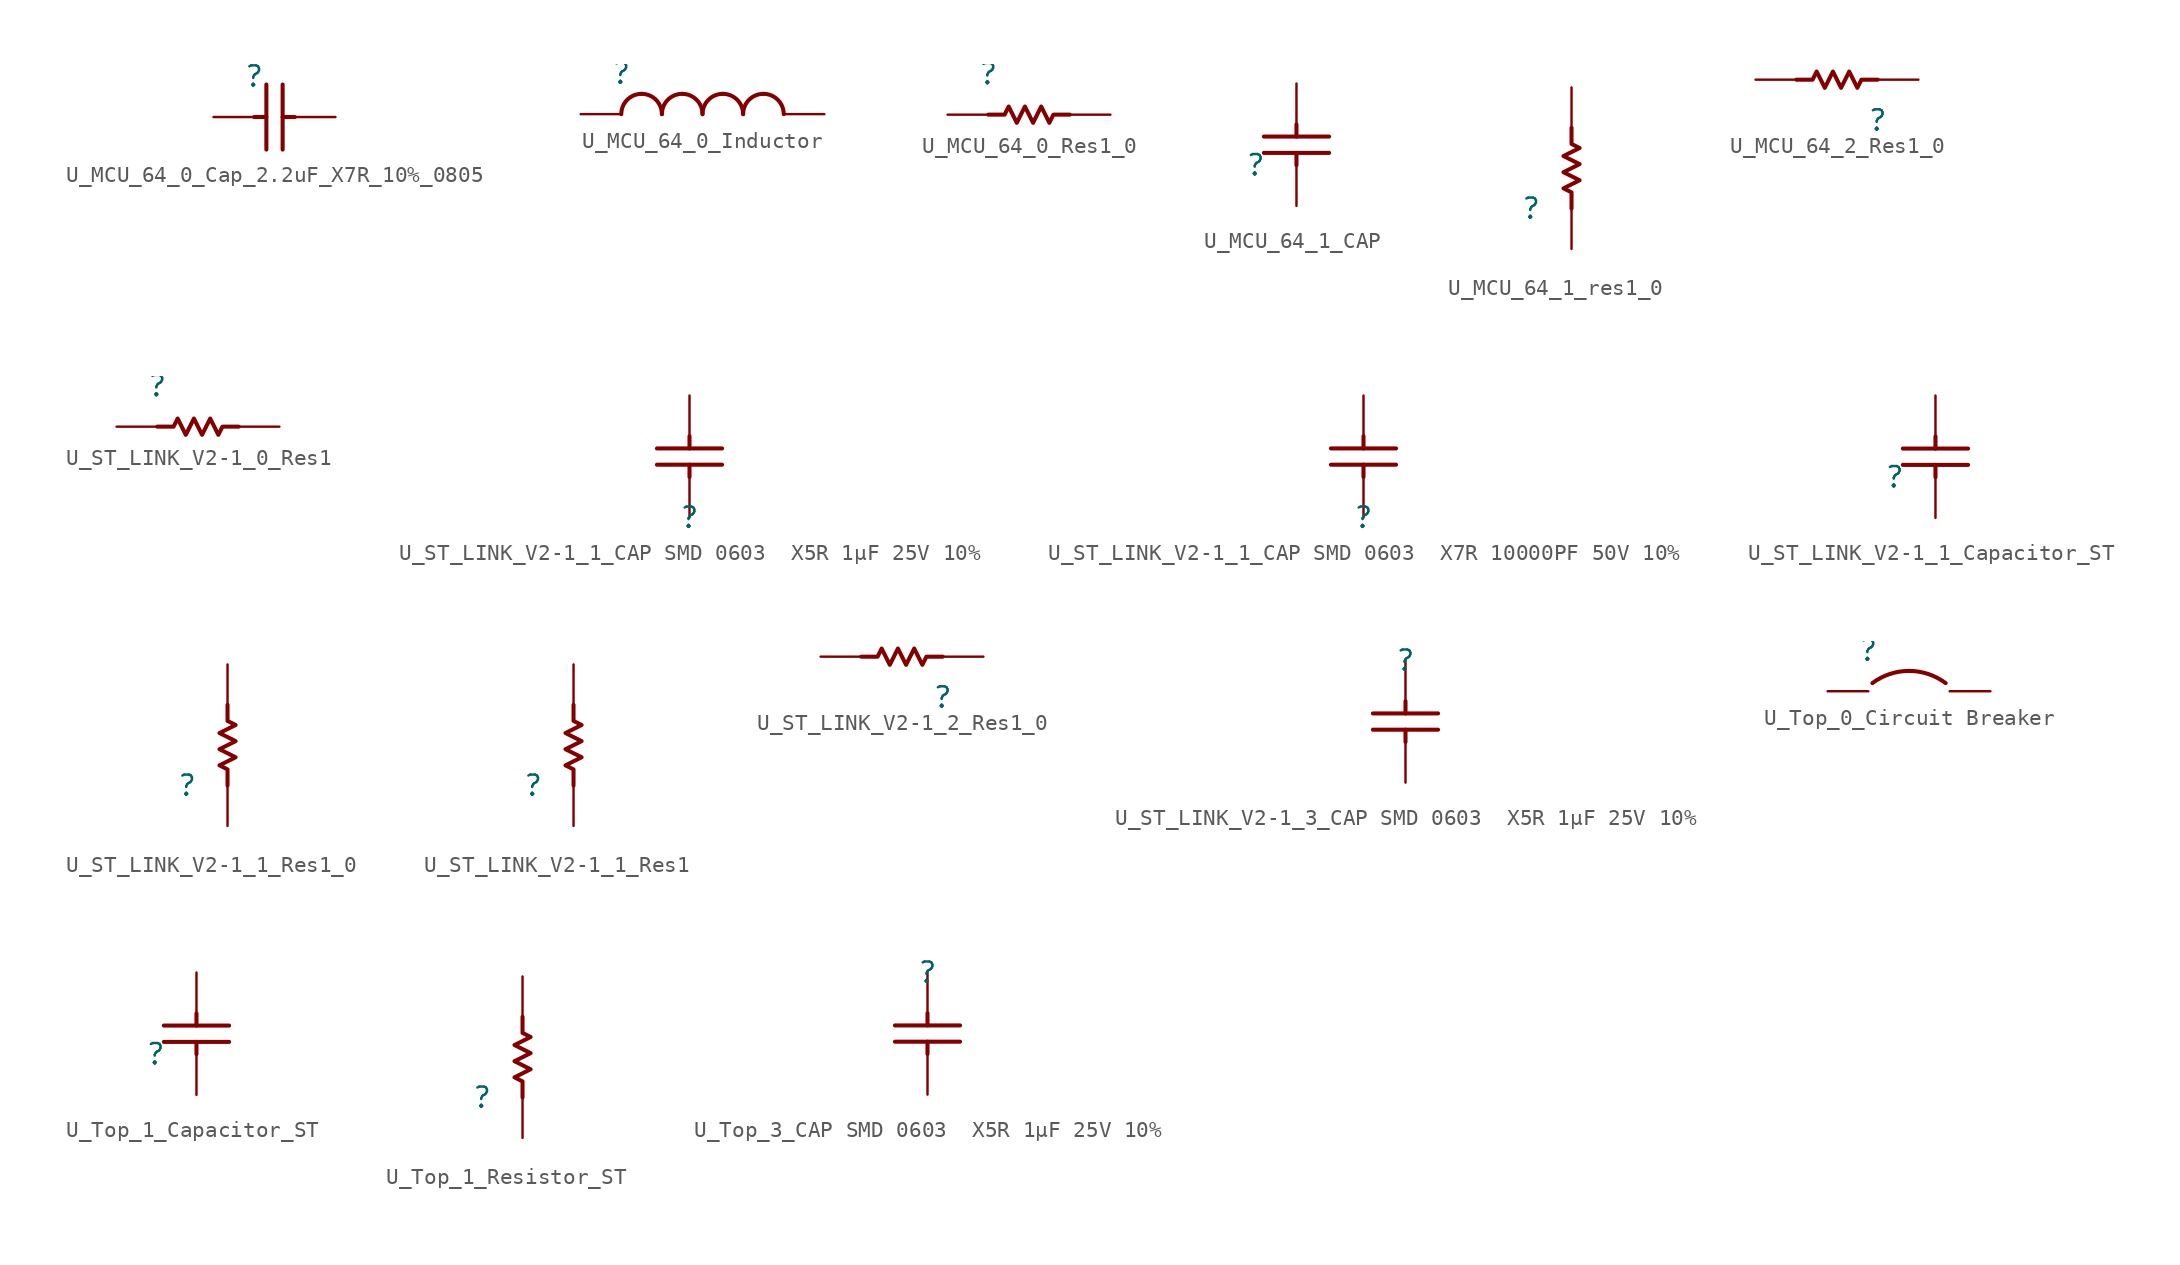
<source format=kicad_sym>
(kicad_symbol_lib
  (version 20231120)
  (generator "kicad_symbol_editor")
  (generator_version "8.0")
  (symbol "U_MCU_64_0_Cap_2.2uF_X7R_10%_0805"
    (property "Reference" ""
      (at 0 0 0)
      (effects (font (size 1.27 1.27))))
    (property "Value" ""
      (at 0 0 0)
      (effects (font (size 1.27 1.27))))
    (symbol "U_MCU_64_0_Cap_2.2uF_X7R_10%_0805_1_0"
      (polyline (pts (xy 0 -2.54) (xy 0.762 -2.54)) (stroke (width 0.254) (type solid)) (fill (type none)))
      (polyline (pts (xy 0.762 -4.572) (xy 0.762 -0.508)) (stroke (width 0.254) (type solid)) (fill (type none)))
      (polyline (pts (xy 1.778 -0.508) (xy 1.778 -4.572)) (stroke (width 0.254) (type solid)) (fill (type none)))
      (polyline (pts (xy 2.54 -2.54) (xy 1.778 -2.54)) (stroke (width 0.254) (type solid)) (fill (type none)))
      (pin passive line (at -2.54 -2.54 0) (length 2.54) (name "1" (effects (font (size 0 0)))) (number "1" (effects (font (size 0 0)))))
      (pin passive line (at 5.08 -2.54 180) (length 2.54) (name "2" (effects (font (size 0 0)))) (number "2" (effects (font (size 0 0)))))))
  (symbol "U_MCU_64_0_Inductor"
    (property "Reference" ""
      (at 0 0 0)
      (effects (font (size 1.27 1.27))))
    (property "Value" ""
      (at 0 0 0)
      (effects (font (size 1.27 1.27))))
    (symbol "U_MCU_64_0_Inductor_1_0"
      (arc (start 1.27 -1.27) (mid 0.372 -1.642) (end 0 -2.54) (stroke (width 0.254) (type solid)) (fill (type none)))
      (arc (start 2.54 -2.54) (mid 2.168 -1.642) (end 1.27 -1.27) (stroke (width 0.254) (type solid)) (fill (type none)))
      (arc (start 3.81 -1.27) (mid 2.912 -1.642) (end 2.54 -2.54) (stroke (width 0.254) (type solid)) (fill (type none)))
      (arc (start 5.08 -2.54) (mid 4.708 -1.642) (end 3.81 -1.27) (stroke (width 0.254) (type solid)) (fill (type none)))
      (arc (start 6.35 -1.27) (mid 5.452 -1.642) (end 5.08 -2.54) (stroke (width 0.254) (type solid)) (fill (type none)))
      (arc (start 7.62 -2.54) (mid 7.248 -1.642) (end 6.35 -1.27) (stroke (width 0.254) (type solid)) (fill (type none)))
      (arc (start 8.89 -1.27) (mid 7.992 -1.642) (end 7.62 -2.54) (stroke (width 0.254) (type solid)) (fill (type none)))
      (arc (start 10.16 -2.54) (mid 9.788 -1.642) (end 8.89 -1.27) (stroke (width 0.254) (type solid)) (fill (type none)))
      (pin passive line (at -2.54 -2.54 0) (length 2.54) (name "1" (effects (font (size 0 0)))) (number "1" (effects (font (size 0 0)))))
      (pin passive line (at 12.7 -2.54 180) (length 2.54) (name "2" (effects (font (size 0 0)))) (number "2" (effects (font (size 0 0)))))))
  (symbol "U_MCU_64_0_Res1_0"
    (property "Reference" ""
      (at 0 0 0)
      (effects (font (size 1.27 1.27))))
    (property "Value" ""
      (at 0 0 0)
      (effects (font (size 1.27 1.27))))
    (symbol "U_MCU_64_0_Res1_0_1_0"
      (polyline (pts (xy 5.08 -2.54) (xy 4.064 -2.54) (xy 3.81 -3.048) (xy 3.302 -2.032) (xy 2.794 -3.048) (xy 2.286 -2.032) (xy 1.778 -3.048) (xy 1.27 -2.032) (xy 1.016 -2.54) (xy 0 -2.54)) (stroke (width 0.254) (type solid)) (fill (type none)))
      (pin passive line (at -2.54 -2.54 0) (length 2.54) (name "1" (effects (font (size 0 0)))) (number "1" (effects (font (size 0 0)))))
      (pin passive line (at 7.62 -2.54 180) (length 2.54) (name "2" (effects (font (size 0 0)))) (number "2" (effects (font (size 0 0)))))))
  (symbol "U_MCU_64_1_CAP"
    (property "Reference" ""
      (at 0 0 0)
      (effects (font (size 1.27 1.27))))
    (property "Value" ""
      (at 0 0 0)
      (effects (font (size 1.27 1.27))))
    (symbol "U_MCU_64_1_CAP_1_0"
      (polyline (pts (xy 0.508 1.778) (xy 4.572 1.778)) (stroke (width 0.254) (type solid)) (fill (type none)))
      (polyline (pts (xy 2.54 0) (xy 2.54 0.762)) (stroke (width 0.254) (type solid)) (fill (type none)))
      (polyline (pts (xy 2.54 2.54) (xy 2.54 1.778)) (stroke (width 0.254) (type solid)) (fill (type none)))
      (polyline (pts (xy 4.572 0.762) (xy 0.508 0.762)) (stroke (width 0.254) (type solid)) (fill (type none)))
      (pin passive line (at 2.54 -2.54 90) (length 2.54) (name "1" (effects (font (size 0 0)))) (number "1" (effects (font (size 0 0)))))
      (pin passive line (at 2.54 5.08 270) (length 2.54) (name "2" (effects (font (size 0 0)))) (number "2" (effects (font (size 0 0)))))))
  (symbol "U_MCU_64_1_res1_0"
    (property "Reference" ""
      (at 0 0 0)
      (effects (font (size 1.27 1.27))))
    (property "Value" ""
      (at 0 0 0)
      (effects (font (size 1.27 1.27))))
    (symbol "U_MCU_64_1_res1_0_1_0"
      (polyline (pts (xy 2.54 5.08) (xy 2.54 4.064) (xy 3.048 3.81) (xy 2.032 3.302) (xy 3.048 2.794) (xy 2.032 2.286) (xy 3.048 1.778) (xy 2.032 1.27) (xy 2.54 1.016) (xy 2.54 0)) (stroke (width 0.254) (type solid)) (fill (type none)))
      (pin passive line (at 2.54 -2.54 90) (length 2.54) (name "1" (effects (font (size 0 0)))) (number "1" (effects (font (size 0 0)))))
      (pin passive line (at 2.54 7.62 270) (length 2.54) (name "2" (effects (font (size 0 0)))) (number "2" (effects (font (size 0 0)))))))
  (symbol "U_MCU_64_2_Res1_0"
    (property "Reference" ""
      (at 0 0 0)
      (effects (font (size 1.27 1.27))))
    (property "Value" ""
      (at 0 0 0)
      (effects (font (size 1.27 1.27))))
    (symbol "U_MCU_64_2_Res1_0_1_0"
      (polyline (pts (xy -5.08 2.54) (xy -4.064 2.54) (xy -3.81 3.048) (xy -3.302 2.032) (xy -2.794 3.048) (xy -2.286 2.032) (xy -1.778 3.048) (xy -1.27 2.032) (xy -1.016 2.54) (xy 0 2.54)) (stroke (width 0.254) (type solid)) (fill (type none)))
      (pin passive line (at 2.54 2.54 180) (length 2.54) (name "1" (effects (font (size 0 0)))) (number "1" (effects (font (size 0 0)))))
      (pin passive line (at -7.62 2.54 0) (length 2.54) (name "2" (effects (font (size 0 0)))) (number "2" (effects (font (size 0 0)))))))
  (symbol "U_ST_LINK_V2-1_0_Res1"
    (property "Reference" ""
      (at 0 0 0)
      (effects (font (size 1.27 1.27))))
    (property "Value" ""
      (at 0 0 0)
      (effects (font (size 1.27 1.27))))
    (symbol "U_ST_LINK_V2-1_0_Res1_1_0"
      (polyline (pts (xy 5.08 -2.54) (xy 4.064 -2.54) (xy 3.81 -3.048) (xy 3.302 -2.032) (xy 2.794 -3.048) (xy 2.286 -2.032) (xy 1.778 -3.048) (xy 1.27 -2.032) (xy 1.016 -2.54) (xy 0 -2.54)) (stroke (width 0.254) (type solid)) (fill (type none)))
      (pin passive line (at -2.54 -2.54 0) (length 2.54) (name "1" (effects (font (size 0 0)))) (number "1" (effects (font (size 0 0)))))
      (pin passive line (at 7.62 -2.54 180) (length 2.54) (name "2" (effects (font (size 0 0)))) (number "2" (effects (font (size 0 0)))))))
  (symbol "U_ST_LINK_V2-1_1_CAP SMD 0603  X5R 1µF 25V 10%"
    (property "Reference" ""
      (at 0 0 0)
      (effects (font (size 1.27 1.27))))
    (property "Value" ""
      (at 0 0 0)
      (effects (font (size 1.27 1.27))))
    (symbol "U_ST_LINK_V2-1_1_CAP SMD 0603  X5R 1µF 25V 10%_1_0"
      (polyline (pts (xy -2.032 4.318) (xy 2.032 4.318)) (stroke (width 0.254) (type solid)) (fill (type none)))
      (polyline (pts (xy 0 2.54) (xy 0 3.302)) (stroke (width 0.254) (type solid)) (fill (type none)))
      (polyline (pts (xy 0 5.08) (xy 0 4.318)) (stroke (width 0.254) (type solid)) (fill (type none)))
      (polyline (pts (xy 2.032 3.302) (xy -2.032 3.302)) (stroke (width 0.254) (type solid)) (fill (type none)))
      (pin passive line (at 0 0 90) (length 2.54) (name "1" (effects (font (size 0 0)))) (number "1" (effects (font (size 0 0)))))
      (pin passive line (at 0 7.62 270) (length 2.54) (name "2" (effects (font (size 0 0)))) (number "2" (effects (font (size 0 0)))))))
  (symbol "U_ST_LINK_V2-1_1_CAP SMD 0603  X7R 10000PF 50V 10%"
    (property "Reference" ""
      (at 0 0 0)
      (effects (font (size 1.27 1.27))))
    (property "Value" ""
      (at 0 0 0)
      (effects (font (size 1.27 1.27))))
    (symbol "U_ST_LINK_V2-1_1_CAP SMD 0603  X7R 10000PF 50V 10%_1_0"
      (polyline (pts (xy -2.032 4.318) (xy 2.032 4.318)) (stroke (width 0.254) (type solid)) (fill (type none)))
      (polyline (pts (xy 0 2.54) (xy 0 3.302)) (stroke (width 0.254) (type solid)) (fill (type none)))
      (polyline (pts (xy 0 5.08) (xy 0 4.318)) (stroke (width 0.254) (type solid)) (fill (type none)))
      (polyline (pts (xy 2.032 3.302) (xy -2.032 3.302)) (stroke (width 0.254) (type solid)) (fill (type none)))
      (pin passive line (at 0 0 90) (length 2.54) (name "1" (effects (font (size 0 0)))) (number "1" (effects (font (size 0 0)))))
      (pin passive line (at 0 7.62 270) (length 2.54) (name "2" (effects (font (size 0 0)))) (number "2" (effects (font (size 0 0)))))))
  (symbol "U_ST_LINK_V2-1_1_Capacitor_ST"
    (property "Reference" ""
      (at 0 0 0)
      (effects (font (size 1.27 1.27))))
    (property "Value" ""
      (at 0 0 0)
      (effects (font (size 1.27 1.27))))
    (symbol "U_ST_LINK_V2-1_1_Capacitor_ST_1_0"
      (polyline (pts (xy 0.508 1.778) (xy 4.572 1.778)) (stroke (width 0.254) (type solid)) (fill (type none)))
      (polyline (pts (xy 2.54 0) (xy 2.54 0.762)) (stroke (width 0.254) (type solid)) (fill (type none)))
      (polyline (pts (xy 2.54 2.54) (xy 2.54 1.778)) (stroke (width 0.254) (type solid)) (fill (type none)))
      (polyline (pts (xy 4.572 0.762) (xy 0.508 0.762)) (stroke (width 0.254) (type solid)) (fill (type none)))
      (pin passive line (at 2.54 -2.54 90) (length 2.54) (name "1" (effects (font (size 0 0)))) (number "1" (effects (font (size 0 0)))))
      (pin passive line (at 2.54 5.08 270) (length 2.54) (name "2" (effects (font (size 0 0)))) (number "2" (effects (font (size 0 0)))))))
  (symbol "U_ST_LINK_V2-1_1_Res1_0"
    (property "Reference" ""
      (at 0 0 0)
      (effects (font (size 1.27 1.27))))
    (property "Value" ""
      (at 0 0 0)
      (effects (font (size 1.27 1.27))))
    (symbol "U_ST_LINK_V2-1_1_Res1_0_1_0"
      (polyline (pts (xy 2.54 5.08) (xy 2.54 4.064) (xy 3.048 3.81) (xy 2.032 3.302) (xy 3.048 2.794) (xy 2.032 2.286) (xy 3.048 1.778) (xy 2.032 1.27) (xy 2.54 1.016) (xy 2.54 0)) (stroke (width 0.254) (type solid)) (fill (type none)))
      (pin passive line (at 2.54 -2.54 90) (length 2.54) (name "1" (effects (font (size 0 0)))) (number "1" (effects (font (size 0 0)))))
      (pin passive line (at 2.54 7.62 270) (length 2.54) (name "2" (effects (font (size 0 0)))) (number "2" (effects (font (size 0 0)))))))
  (symbol "U_ST_LINK_V2-1_1_Res1"
    (property "Reference" ""
      (at 0 0 0)
      (effects (font (size 1.27 1.27))))
    (property "Value" ""
      (at 0 0 0)
      (effects (font (size 1.27 1.27))))
    (symbol "U_ST_LINK_V2-1_1_Res1_1_0"
      (polyline (pts (xy 2.54 5.08) (xy 2.54 4.064) (xy 3.048 3.81) (xy 2.032 3.302) (xy 3.048 2.794) (xy 2.032 2.286) (xy 3.048 1.778) (xy 2.032 1.27) (xy 2.54 1.016) (xy 2.54 0)) (stroke (width 0.254) (type solid)) (fill (type none)))
      (pin passive line (at 2.54 -2.54 90) (length 2.54) (name "1" (effects (font (size 0 0)))) (number "1" (effects (font (size 0 0)))))
      (pin passive line (at 2.54 7.62 270) (length 2.54) (name "2" (effects (font (size 0 0)))) (number "2" (effects (font (size 0 0)))))))
  (symbol "U_ST_LINK_V2-1_2_Res1_0"
    (property "Reference" ""
      (at 0 0 0)
      (effects (font (size 1.27 1.27))))
    (property "Value" ""
      (at 0 0 0)
      (effects (font (size 1.27 1.27))))
    (symbol "U_ST_LINK_V2-1_2_Res1_0_1_0"
      (polyline (pts (xy -5.08 2.54) (xy -4.064 2.54) (xy -3.81 3.048) (xy -3.302 2.032) (xy -2.794 3.048) (xy -2.286 2.032) (xy -1.778 3.048) (xy -1.27 2.032) (xy -1.016 2.54) (xy 0 2.54)) (stroke (width 0.254) (type solid)) (fill (type none)))
      (pin passive line (at 2.54 2.54 180) (length 2.54) (name "1" (effects (font (size 0 0)))) (number "1" (effects (font (size 0 0)))))
      (pin passive line (at -7.62 2.54 0) (length 2.54) (name "2" (effects (font (size 0 0)))) (number "2" (effects (font (size 0 0)))))))
  (symbol "U_ST_LINK_V2-1_3_CAP SMD 0603  X5R 1µF 25V 10%"
    (property "Reference" ""
      (at 0 0 0)
      (effects (font (size 1.27 1.27))))
    (property "Value" ""
      (at 0 0 0)
      (effects (font (size 1.27 1.27))))
    (symbol "U_ST_LINK_V2-1_3_CAP SMD 0603  X5R 1µF 25V 10%_1_0"
      (polyline (pts (xy -2.032 -3.302) (xy 2.032 -3.302)) (stroke (width 0.254) (type solid)) (fill (type none)))
      (polyline (pts (xy 0 -5.08) (xy 0 -4.318)) (stroke (width 0.254) (type solid)) (fill (type none)))
      (polyline (pts (xy 0 -2.54) (xy 0 -3.302)) (stroke (width 0.254) (type solid)) (fill (type none)))
      (polyline (pts (xy 2.032 -4.318) (xy -2.032 -4.318)) (stroke (width 0.254) (type solid)) (fill (type none)))
      (pin passive line (at 0 0 270) (length 2.54) (name "1" (effects (font (size 0 0)))) (number "1" (effects (font (size 0 0)))))
      (pin passive line (at 0 -7.62 90) (length 2.54) (name "2" (effects (font (size 0 0)))) (number "2" (effects (font (size 0 0)))))))
  (symbol "U_Top_0_Circuit Breaker"
    (property "Reference" ""
      (at 0 0 0)
      (effects (font (size 1.27 1.27))))
    (property "Value" ""
      (at 0 0 0)
      (effects (font (size 1.27 1.27))))
    (symbol "U_Top_0_Circuit Breaker_1_0"
      (arc (start 2.54 -1.27) (mid 1.3352 -1.4655) (end 0.254 -2.032) (stroke (width 0.254) (type solid)) (fill (type none)))
      (arc (start 4.826 -2.032) (mid 3.7448 -1.4655) (end 2.54 -1.27) (stroke (width 0.254) (type solid)) (fill (type none)))
      (pin passive line (at -2.54 -2.54 0) (length 2.54) (name "1" (effects (font (size 0 0)))) (number "1" (effects (font (size 0 0)))))
      (pin passive line (at 7.62 -2.54 180) (length 2.54) (name "2" (effects (font (size 0 0)))) (number "2" (effects (font (size 0 0)))))))
  (symbol "U_Top_1_Capacitor_ST"
    (property "Reference" ""
      (at 0 0 0)
      (effects (font (size 1.27 1.27))))
    (property "Value" ""
      (at 0 0 0)
      (effects (font (size 1.27 1.27))))
    (symbol "U_Top_1_Capacitor_ST_1_0"
      (polyline (pts (xy 0.508 1.778) (xy 4.572 1.778)) (stroke (width 0.254) (type solid)) (fill (type none)))
      (polyline (pts (xy 2.54 0) (xy 2.54 0.762)) (stroke (width 0.254) (type solid)) (fill (type none)))
      (polyline (pts (xy 2.54 2.54) (xy 2.54 1.778)) (stroke (width 0.254) (type solid)) (fill (type none)))
      (polyline (pts (xy 4.572 0.762) (xy 0.508 0.762)) (stroke (width 0.254) (type solid)) (fill (type none)))
      (pin passive line (at 2.54 -2.54 90) (length 2.54) (name "1" (effects (font (size 0 0)))) (number "1" (effects (font (size 0 0)))))
      (pin passive line (at 2.54 5.08 270) (length 2.54) (name "2" (effects (font (size 0 0)))) (number "2" (effects (font (size 0 0)))))))
  (symbol "U_Top_1_Resistor_ST"
    (property "Reference" ""
      (at 0 0 0)
      (effects (font (size 1.27 1.27))))
    (property "Value" ""
      (at 0 0 0)
      (effects (font (size 1.27 1.27))))
    (symbol "U_Top_1_Resistor_ST_1_0"
      (polyline (pts (xy 2.54 5.08) (xy 2.54 4.064) (xy 3.048 3.81) (xy 2.032 3.302) (xy 3.048 2.794) (xy 2.032 2.286) (xy 3.048 1.778) (xy 2.032 1.27) (xy 2.54 1.016) (xy 2.54 0)) (stroke (width 0.254) (type solid)) (fill (type none)))
      (pin passive line (at 2.54 -2.54 90) (length 2.54) (name "1" (effects (font (size 0 0)))) (number "1" (effects (font (size 0 0)))))
      (pin passive line (at 2.54 7.62 270) (length 2.54) (name "2" (effects (font (size 0 0)))) (number "2" (effects (font (size 0 0)))))))
  (symbol "U_Top_3_CAP SMD 0603  X5R 1µF 25V 10%"
    (property "Reference" ""
      (at 0 0 0)
      (effects (font (size 1.27 1.27))))
    (property "Value" ""
      (at 0 0 0)
      (effects (font (size 1.27 1.27))))
    (symbol "U_Top_3_CAP SMD 0603  X5R 1µF 25V 10%_1_0"
      (polyline (pts (xy -2.032 -3.302) (xy 2.032 -3.302)) (stroke (width 0.254) (type solid)) (fill (type none)))
      (polyline (pts (xy 0 -5.08) (xy 0 -4.318)) (stroke (width 0.254) (type solid)) (fill (type none)))
      (polyline (pts (xy 0 -2.54) (xy 0 -3.302)) (stroke (width 0.254) (type solid)) (fill (type none)))
      (polyline (pts (xy 2.032 -4.318) (xy -2.032 -4.318)) (stroke (width 0.254) (type solid)) (fill (type none)))
      (pin passive line (at 0 0 270) (length 2.54) (name "1" (effects (font (size 0 0)))) (number "1" (effects (font (size 0 0)))))
      (pin passive line (at 0 -7.62 90) (length 2.54) (name "2" (effects (font (size 0 0)))) (number "2" (effects (font (size 0 0))))))))
</source>
